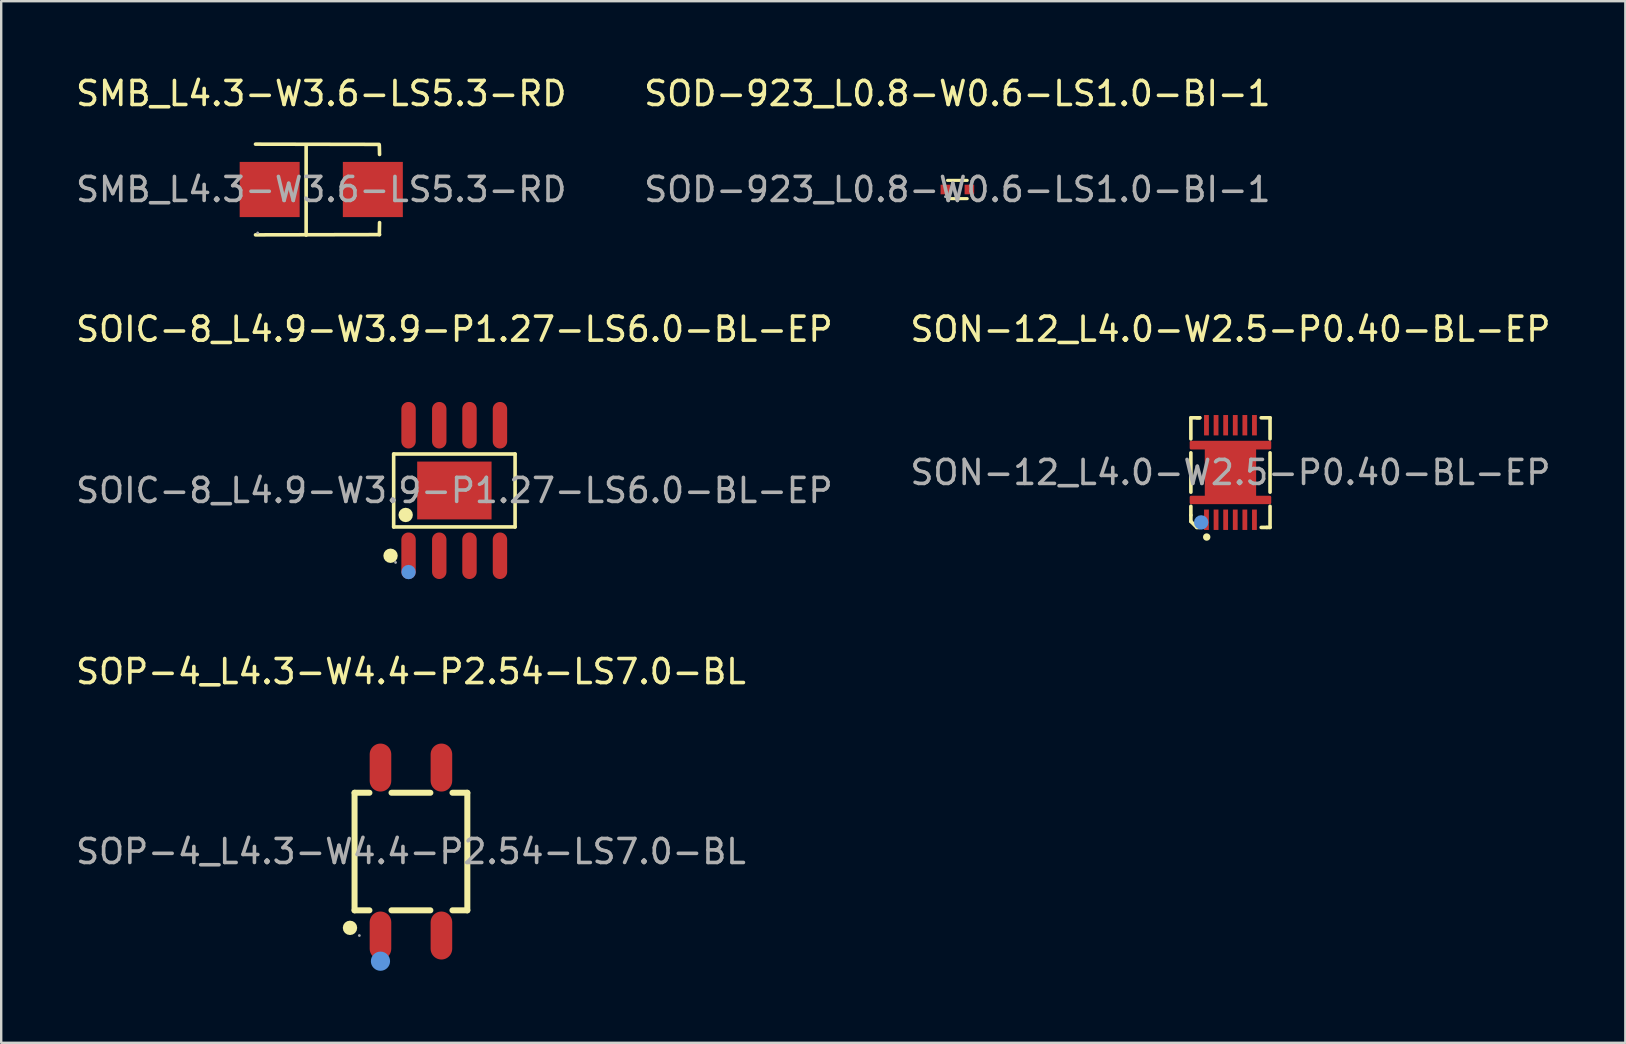
<source format=kicad_pcb>
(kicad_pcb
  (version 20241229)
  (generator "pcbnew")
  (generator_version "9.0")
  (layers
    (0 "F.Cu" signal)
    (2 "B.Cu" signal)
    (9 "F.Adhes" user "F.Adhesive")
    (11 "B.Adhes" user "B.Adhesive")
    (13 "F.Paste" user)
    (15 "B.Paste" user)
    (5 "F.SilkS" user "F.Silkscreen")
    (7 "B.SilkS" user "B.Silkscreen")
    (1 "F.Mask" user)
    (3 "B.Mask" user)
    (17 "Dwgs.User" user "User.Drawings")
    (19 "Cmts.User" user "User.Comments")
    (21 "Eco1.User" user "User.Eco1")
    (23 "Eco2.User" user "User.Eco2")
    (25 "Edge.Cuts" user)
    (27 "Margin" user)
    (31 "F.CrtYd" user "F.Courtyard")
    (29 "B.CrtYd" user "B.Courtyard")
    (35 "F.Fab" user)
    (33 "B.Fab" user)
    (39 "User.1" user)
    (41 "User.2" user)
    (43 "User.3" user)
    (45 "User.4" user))
  (footprint "SMB_L4.3-W3.6-LS5.3-RD"
    (layer "F.Cu")
    (at 10.339 4.848)
    (property "Reference" "SMB_L4.3-W3.6-LS5.3-RD" (at 0 -4 0) (layer "F.SilkS") (effects (font (size 1 1) (thickness 0.15))))
    (attr smd)
    (fp_line (start -2.74 -1.89) (end 2.41 -1.88) (stroke (width 0.15) (type solid)) (layer "F.SilkS"))
    (fp_line (start -2.74 1.89) (end 2.43 1.88) (stroke (width 0.15) (type solid)) (layer "F.SilkS"))
    (fp_line (start -0.63 1.9) (end -0.63 -1.86) (stroke (width 0.15) (type solid)) (layer "F.SilkS"))
    (fp_line (start 2.42 -1.84) (end 2.43 -1.46) (stroke (width 0.15) (type solid)) (layer "F.SilkS"))
    (fp_line (start 2.42 1.88) (end 2.43 1.38) (stroke (width 0.15) (type solid)) (layer "F.SilkS"))
    (fp_circle (center -2.65 1.81) (end -2.62 1.81) (stroke (width 0.06) (type solid)) (fill no) (layer "F.Fab"))
    (fp_text user "${REFERENCE}" (at 0 0 0) (layer "F.Fab") (effects (font (size 1 1) (thickness 0.15))))
    (pad "1" smd rect (at -2.15 0) (size 2.5 2.3) (layers "F.Cu" "F.Mask" "F.Paste"))
    (pad "2" smd rect (at 2.15 0) (size 2.5 2.3) (layers "F.Cu" "F.Mask" "F.Paste")))
  (footprint "SOP-4_L4.3-W4.4-P2.54-LS7.0-BL"
    (layer "F.Cu")
    (at 14.077 32.44)
    (property "Reference" "SOP-4_L4.3-W4.4-P2.54-LS7.0-BL" (at 0 -7.5 0) (layer "F.SilkS") (effects (font (size 1 1) (thickness 0.15))))
    (attr smd)
    (fp_line (start -2.35 -2.45) (end -2.35 2.45) (stroke (width 0.25) (type solid)) (layer "F.SilkS"))
    (fp_line (start -2.35 -2.45) (end -1.73 -2.45) (stroke (width 0.25) (type solid)) (layer "F.SilkS"))
    (fp_line (start -2.35 2.45) (end -1.73 2.45) (stroke (width 0.25) (type solid)) (layer "F.SilkS"))
    (fp_line (start -0.81 -2.45) (end 0.81 -2.45) (stroke (width 0.25) (type solid)) (layer "F.SilkS"))
    (fp_line (start -0.81 2.45) (end 0.81 2.45) (stroke (width 0.25) (type solid)) (layer "F.SilkS"))
    (fp_line (start 1.73 -2.45) (end 2.35 -2.45) (stroke (width 0.25) (type solid)) (layer "F.SilkS"))
    (fp_line (start 1.73 2.45) (end 2.35 2.45) (stroke (width 0.25) (type solid)) (layer "F.SilkS"))
    (fp_line (start 2.35 -2.45) (end 2.35 2.45) (stroke (width 0.25) (type solid)) (layer "F.SilkS"))
    (fp_arc (start -2.54 3.18) (mid -2.54 3.18) (end -2.54 3.18) (stroke (width 0.3) (type solid)) (layer "F.SilkS"))
    (fp_circle (center -1.27 4.57) (end -1.07 4.57) (stroke (width 0.4) (type solid)) (fill no) (layer "Cmts.User"))
    (fp_circle (center -2.15 3.5) (end -2.12 3.5) (stroke (width 0.06) (type solid)) (fill no) (layer "F.Fab"))
    (fp_text user "${REFERENCE}" (at 0 0 0) (layer "F.Fab") (effects (font (size 1 1) (thickness 0.15))))
    (pad "1" smd oval (at -1.27 3.5 180) (size 0.9 2) (layers "F.Cu" "F.Mask" "F.Paste"))
    (pad "2" smd oval (at 1.27 3.5 180) (size 0.9 2) (layers "F.Cu" "F.Mask" "F.Paste"))
    (pad "3" smd oval (at 1.27 -3.5 180) (size 0.9 2) (layers "F.Cu" "F.Mask" "F.Paste"))
    (pad "4" smd oval (at -1.27 -3.5 180) (size 0.9 2) (layers "F.Cu" "F.Mask" "F.Paste")))
  (footprint "SOIC-8_L4.9-W3.9-P1.27-LS6.0-BL-EP"
    (layer "F.Cu")
    (at 15.887 17.392)
    (property "Reference" "SOIC-8_L4.9-W3.9-P1.27-LS6.0-BL-EP" (at 0 -6.72 0) (layer "F.SilkS") (effects (font (size 1 1) (thickness 0.15))))
    (attr smd)
    (fp_line (start -2.53 -1.52) (end 2.53 -1.52) (stroke (width 0.15) (type solid)) (layer "F.SilkS"))
    (fp_line (start -2.53 1.52) (end -2.53 -1.52) (stroke (width 0.15) (type solid)) (layer "F.SilkS"))
    (fp_line (start 2.53 -1.52) (end 2.53 1.52) (stroke (width 0.15) (type solid)) (layer "F.SilkS"))
    (fp_line (start 2.53 1.52) (end -2.53 1.52) (stroke (width 0.15) (type solid)) (layer "F.SilkS"))
    (fp_circle (center -2.66 2.72) (end -2.51 2.72) (stroke (width 0.3) (type solid)) (fill no) (layer "F.SilkS"))
    (fp_circle (center -2.03 1.02) (end -1.88 1.02) (stroke (width 0.3) (type solid)) (fill no) (layer "F.SilkS"))
    (fp_circle (center -1.91 3.4) (end -1.76 3.4) (stroke (width 0.3) (type solid)) (fill no) (layer "Cmts.User"))
    (fp_circle (center -2.45 3) (end -2.42 3) (stroke (width 0.06) (type solid)) (fill no) (layer "F.Fab"))
    (fp_text user "${REFERENCE}" (at 0 0 0) (layer "F.Fab") (effects (font (size 1 1) (thickness 0.15))))
    (pad "1" smd oval (at -1.91 2.72) (size 0.6 1.94) (layers "F.Cu" "F.Mask" "F.Paste"))
    (pad "2" smd oval (at -0.63 2.72) (size 0.6 1.94) (layers "F.Cu" "F.Mask" "F.Paste"))
    (pad "3" smd oval (at 0.63 2.72) (size 0.6 1.94) (layers "F.Cu" "F.Mask" "F.Paste"))
    (pad "4" smd oval (at 1.9 2.72) (size 0.6 1.94) (layers "F.Cu" "F.Mask" "F.Paste"))
    (pad "5" smd oval (at 1.9 -2.72) (size 0.6 1.94) (layers "F.Cu" "F.Mask" "F.Paste"))
    (pad "6" smd oval (at 0.63 -2.72) (size 0.6 1.94) (layers "F.Cu" "F.Mask" "F.Paste"))
    (pad "7" smd oval (at -0.63 -2.72) (size 0.6 1.94) (layers "F.Cu" "F.Mask" "F.Paste"))
    (pad "8" smd oval (at -1.91 -2.72) (size 0.6 1.94) (layers "F.Cu" "F.Mask" "F.Paste"))
    (pad "9" smd rect (at 0 0) (size 3.1 2.41) (layers "F.Cu" "F.Mask" "F.Paste")))
  (footprint "SOD-923_L0.8-W0.6-LS1.0-BI-1"
    (layer "F.Cu")
    (at 36.851 4.848)
    (property "Reference" "SOD-923_L0.8-W0.6-LS1.0-BI-1" (at 0 -4 0) (layer "F.SilkS") (effects (font (size 1 1) (thickness 0.15))))
    (attr smd)
    (fp_line (start -0.41 -0.38) (end 0.41 -0.38) (stroke (width 0.13) (type solid)) (layer "F.SilkS"))
    (fp_line (start 0.41 0.38) (end -0.41 0.38) (stroke (width 0.13) (type solid)) (layer "F.SilkS"))
    (fp_circle (center -0.5 0.3) (end -0.47 0.3) (stroke (width 0.06) (type solid)) (fill no) (layer "F.Fab"))
    (fp_text user "${REFERENCE}" (at 0 0 0) (layer "F.Fab") (effects (font (size 1 1) (thickness 0.15))))
    (pad "1" smd rect (at -0.5 0 90) (size 0.4 0.4) (layers "F.Cu" "F.Mask" "F.Paste"))
    (pad "2" smd rect (at 0.5 0 90) (size 0.4 0.4) (layers "F.Cu" "F.Mask" "F.Paste")))
  (footprint "SON-12_L4.0-W2.5-P0.40-BL-EP"
    (layer "F.Cu")
    (at 48.232 16.642)
    (property "Reference" "SON-12_L4.0-W2.5-P0.40-BL-EP" (at 0 -5.97 0) (layer "F.SilkS") (effects (font (size 1 1) (thickness 0.15))))
    (attr smd)
    (fp_line (start -1.65 -2.28) (end -1.65 -1.4) (stroke (width 0.15) (type solid)) (layer "F.SilkS"))
    (fp_line (start -1.65 -0.82) (end -1.65 0.82) (stroke (width 0.15) (type solid)) (layer "F.SilkS"))
    (fp_line (start -1.65 1.41) (end -1.65 1.78) (stroke (width 0.15) (type solid)) (layer "F.SilkS"))
    (fp_line (start -1.65 1.78) (end -1.65 2.04) (stroke (width 0.15) (type solid)) (layer "F.SilkS"))
    (fp_line (start -1.65 2.04) (end -1.4 2.29) (stroke (width 0.15) (type solid)) (layer "F.SilkS"))
    (fp_line (start -1.4 2.29) (end -1.28 2.29) (stroke (width 0.15) (type solid)) (layer "F.SilkS"))
    (fp_line (start -1.28 -2.28) (end -1.65 -2.28) (stroke (width 0.15) (type solid)) (layer "F.SilkS"))
    (fp_line (start -1.28 -2.28) (end -1.4 -2.28) (stroke (width 0.15) (type solid)) (layer "F.SilkS"))
    (fp_line (start 1.28 2.29) (end 1.52 2.29) (stroke (width 0.15) (type solid)) (layer "F.SilkS"))
    (fp_line (start 1.52 2.29) (end 1.65 2.29) (stroke (width 0.15) (type solid)) (layer "F.SilkS"))
    (fp_line (start 1.65 -2.28) (end 1.28 -2.28) (stroke (width 0.15) (type solid)) (layer "F.SilkS"))
    (fp_line (start 1.65 -1.4) (end 1.65 -2.28) (stroke (width 0.15) (type solid)) (layer "F.SilkS"))
    (fp_line (start 1.65 0.82) (end 1.65 -0.82) (stroke (width 0.15) (type solid)) (layer "F.SilkS"))
    (fp_line (start 1.65 2.29) (end 1.65 1.41) (stroke (width 0.15) (type solid)) (layer "F.SilkS"))
    (fp_circle (center -0.99 2.69) (end -0.91 2.69) (stroke (width 0.15) (type solid)) (fill no) (layer "F.SilkS"))
    (fp_circle (center -1.22 2.08) (end -1.07 2.08) (stroke (width 0.3) (type solid)) (fill no) (layer "Cmts.User"))
    (fp_circle (center -1.25 2) (end -1.22 2) (stroke (width 0.06) (type solid)) (fill no) (layer "F.Fab"))
    (fp_text user "${REFERENCE}" (at 0 0 0) (layer "F.Fab") (effects (font (size 1 1) (thickness 0.15))))
    (pad "1" smd rect (at -1 1.97) (size 0.2 0.85) (layers "F.Cu" "F.Mask" "F.Paste"))
    (pad "2" smd rect (at -0.6 1.97) (size 0.2 0.85) (layers "F.Cu" "F.Mask" "F.Paste"))
    (pad "3" smd rect (at -0.2 1.97) (size 0.2 0.85) (layers "F.Cu" "F.Mask" "F.Paste"))
    (pad "4" smd rect (at 0.2 1.97) (size 0.2 0.85) (layers "F.Cu" "F.Mask" "F.Paste"))
    (pad "5" smd rect (at 0.6 1.97) (size 0.2 0.85) (layers "F.Cu" "F.Mask" "F.Paste"))
    (pad "6" smd rect (at 1 1.97) (size 0.2 0.85) (layers "F.Cu" "F.Mask" "F.Paste"))
    (pad "7" smd rect (at 1 -1.97) (size 0.2 0.85) (layers "F.Cu" "F.Mask" "F.Paste"))
    (pad "8" smd rect (at 0.6 -1.97) (size 0.2 0.85) (layers "F.Cu" "F.Mask" "F.Paste"))
    (pad "9" smd rect (at 0.2 -1.97) (size 0.2 0.85) (layers "F.Cu" "F.Mask" "F.Paste"))
    (pad "10" smd rect (at -0.2 -1.97) (size 0.2 0.85) (layers "F.Cu" "F.Mask" "F.Paste"))
    (pad "11" smd rect (at -0.6 -1.97) (size 0.2 0.85) (layers "F.Cu" "F.Mask" "F.Paste"))
    (pad "12" smd rect (at -1 -1.97) (size 0.2 0.85) (layers "F.Cu" "F.Mask" "F.Paste"))
    (pad "13" smd custom (at 0 0) (size 0.01 0.01) (layers "F.Cu" "F.Mask" "F.Paste") (options (anchor circle)) (primitives (gr_poly (pts (xy -1.65 -1.27) (xy 1.65 -1.27) (xy 1.65 -1.01) (xy 1.02 -1.01) (xy 1.02 1.02) (xy 1.65 1.02) (xy 1.65 1.27) (xy -1.65 1.27) (xy -1.65 1.02) (xy -1.02 1.02) (xy -1.02 -1.01) (xy -1.65 -1.01)) (width 0.1) (fill yes)))))
  (gr_rect
    (start -3 -3)
    (end 64.69 40.41)
    (stroke (width 0.1) (type default))
    (fill no)
    (layer "Edge.Cuts")))
</source>
